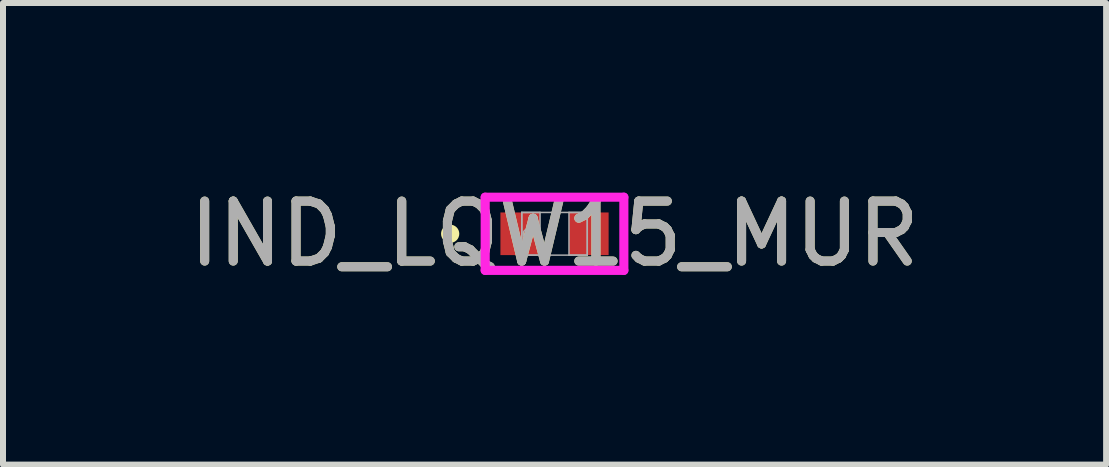
<source format=kicad_pcb>
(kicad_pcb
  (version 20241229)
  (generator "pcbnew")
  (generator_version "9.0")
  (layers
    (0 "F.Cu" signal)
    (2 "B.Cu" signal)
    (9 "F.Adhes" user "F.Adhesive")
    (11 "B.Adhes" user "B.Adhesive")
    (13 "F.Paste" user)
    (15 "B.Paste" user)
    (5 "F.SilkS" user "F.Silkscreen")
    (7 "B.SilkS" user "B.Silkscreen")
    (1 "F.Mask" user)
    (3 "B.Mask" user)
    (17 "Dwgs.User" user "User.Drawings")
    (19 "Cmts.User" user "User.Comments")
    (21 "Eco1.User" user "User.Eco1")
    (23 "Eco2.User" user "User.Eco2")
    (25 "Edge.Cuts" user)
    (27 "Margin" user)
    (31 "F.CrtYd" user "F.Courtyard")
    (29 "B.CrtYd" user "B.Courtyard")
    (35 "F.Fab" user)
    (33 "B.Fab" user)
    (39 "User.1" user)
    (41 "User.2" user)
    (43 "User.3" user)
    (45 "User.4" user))
  (footprint "IND_LQW15_MUR"
    (layer "F.Cu")
    (at 6.196 0.848)
    (property "Reference" "IND_LQW15_MUR" (at 0 0 0) (unlocked yes) (layer "F.SilkS") (effects (font (size 1 1) (thickness 0.15))))
    (attr smd)
    (fp_circle (center -1.74 0) (end -1.664 0) (stroke (width 0.152) (type solid)) (fill no) (layer "F.SilkS"))
    (fp_line (start -1.156 -0.61) (end 1.156 -0.61) (stroke (width 0.152) (type solid)) (layer "F.CrtYd"))
    (fp_line (start -1.156 0.61) (end -1.156 -0.61) (stroke (width 0.152) (type solid)) (layer "F.CrtYd"))
    (fp_line (start 1.156 -0.61) (end 1.156 0.61) (stroke (width 0.152) (type solid)) (layer "F.CrtYd"))
    (fp_line (start 1.156 0.61) (end -1.156 0.61) (stroke (width 0.152) (type solid)) (layer "F.CrtYd"))
    (fp_line (start -0.546 -0.356) (end -0.546 0.356) (stroke (width 0.025) (type solid)) (layer "F.Fab"))
    (fp_line (start -0.546 -0.356) (end -0.546 0.356) (stroke (width 0.025) (type solid)) (layer "F.Fab"))
    (fp_line (start -0.546 0.356) (end -0.241 0.356) (stroke (width 0.025) (type solid)) (layer "F.Fab"))
    (fp_line (start -0.546 0.356) (end 0.546 0.356) (stroke (width 0.025) (type solid)) (layer "F.Fab"))
    (fp_line (start -0.241 -0.356) (end -0.546 -0.356) (stroke (width 0.025) (type solid)) (layer "F.Fab"))
    (fp_line (start -0.241 0.356) (end -0.241 -0.356) (stroke (width 0.025) (type solid)) (layer "F.Fab"))
    (fp_line (start 0.241 -0.356) (end 0.241 0.356) (stroke (width 0.025) (type solid)) (layer "F.Fab"))
    (fp_line (start 0.241 0.356) (end 0.546 0.356) (stroke (width 0.025) (type solid)) (layer "F.Fab"))
    (fp_line (start 0.546 -0.356) (end -0.546 -0.356) (stroke (width 0.025) (type solid)) (layer "F.Fab"))
    (fp_line (start 0.546 -0.356) (end 0.241 -0.356) (stroke (width 0.025) (type solid)) (layer "F.Fab"))
    (fp_line (start 0.546 0.356) (end 0.546 -0.356) (stroke (width 0.025) (type solid)) (layer "F.Fab"))
    (fp_line (start 0.546 0.356) (end 0.546 -0.356) (stroke (width 0.025) (type solid)) (layer "F.Fab"))
    (fp_circle (center -0.445 0) (end -0.368 0) (stroke (width 0.025) (type solid)) (fill no) (layer "F.Fab"))
    (fp_text user "${REFERENCE}" (at 0 0 0) (unlocked yes) (layer "F.Fab") (effects (font (size 1 1) (thickness 0.15))))
    (pad "1" smd rect (at -0.572 0) (size 0.66 0.711) (layers "F.Cu" "F.Mask" "F.Paste"))
    (pad "2" smd rect (at 0.572 0) (size 0.66 0.711) (layers "F.Cu" "F.Mask" "F.Paste"))
    (zone (net_name "") (layer "F.Cu") (hatch full 0.508) (connect_pads) (min_thickness 0.254) (filled_areas_thickness no) (keepout (tracks not_allowed) (vias not_allowed) (pads allowed) (copperpour not_allowed) (footprints allowed)) (placement (enabled no)) (fill) (polygon (pts (xy 6.006 0.543) (xy 6.387 0.543) (xy 6.387 1.153) (xy 6.006 1.153)))))
  (gr_rect
    (start -3 -3)
    (end 15.393 4.697)
    (stroke (width 0.1) (type default))
    (fill no)
    (layer "Edge.Cuts")))
</source>
